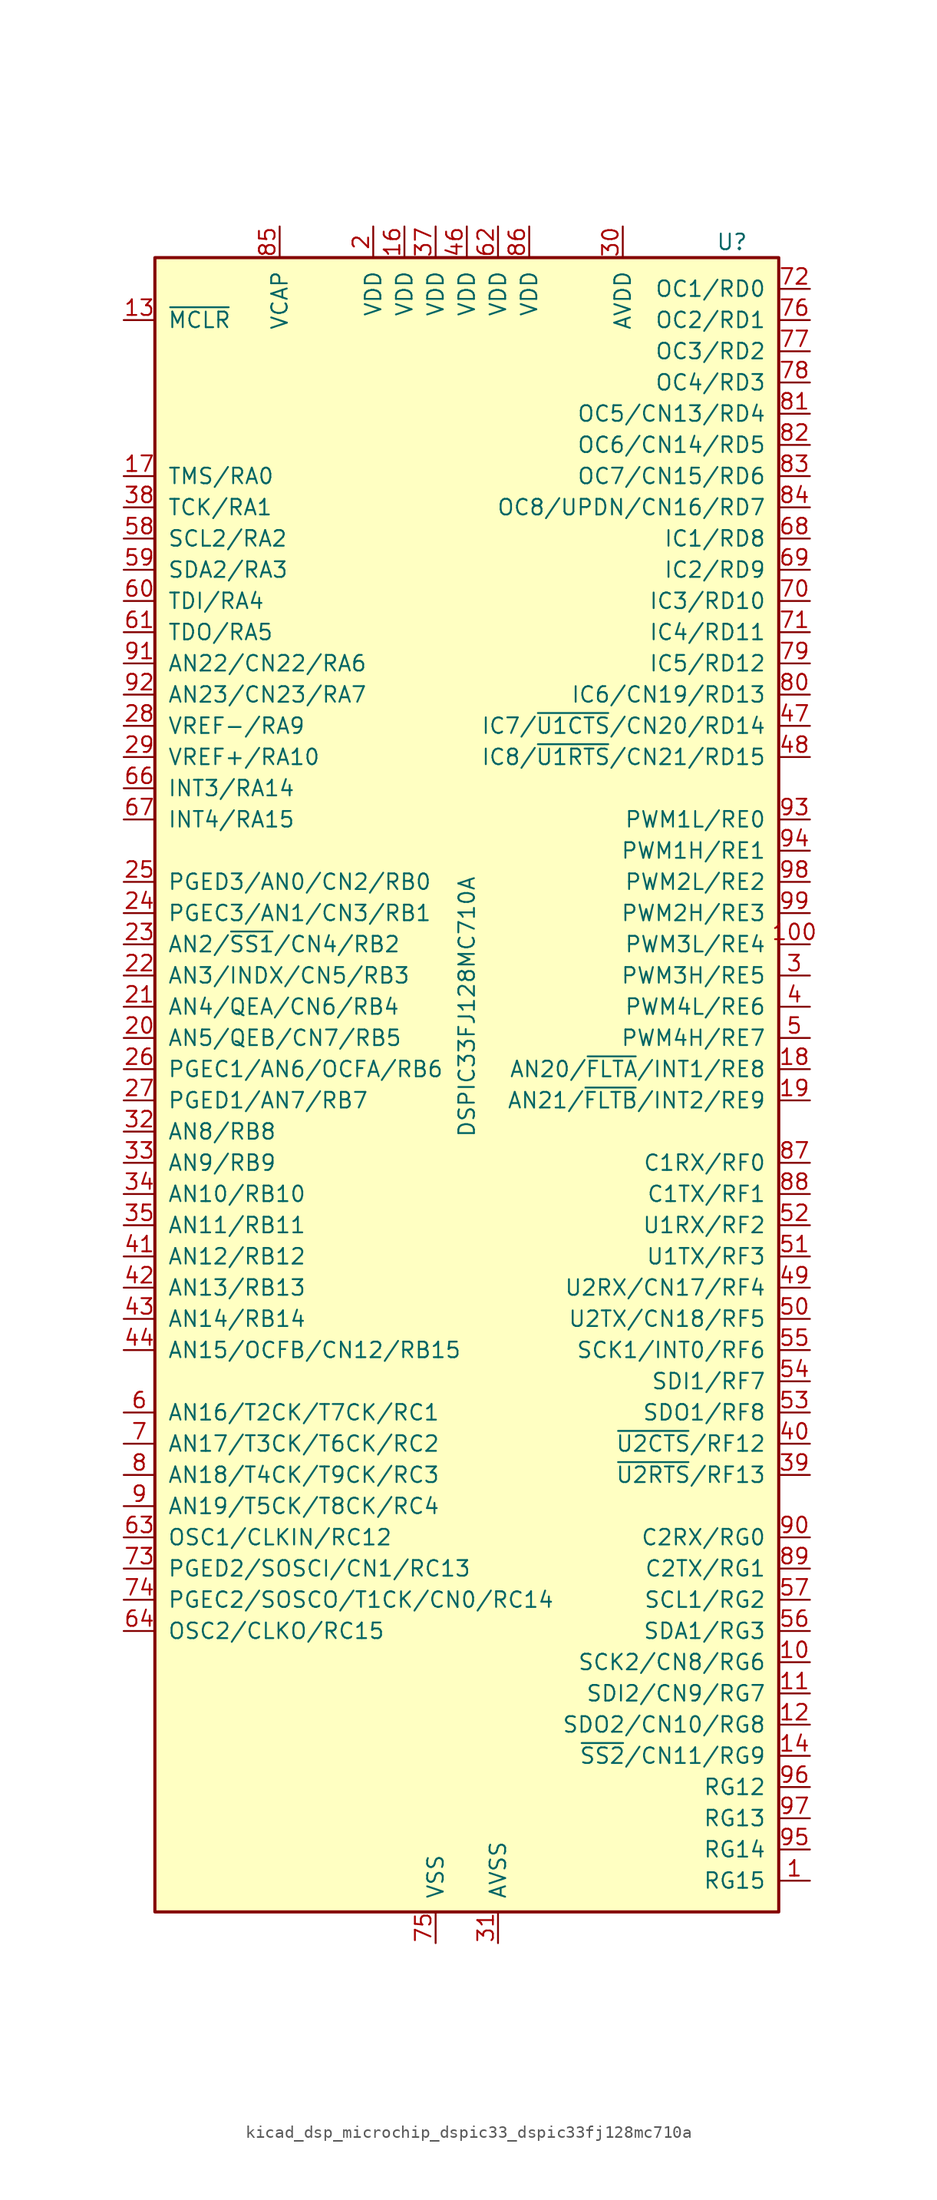
<source format=kicad_sym>
(kicad_symbol_lib
  (version 20220914)
  (generator kicad_symbol_editor)
  (symbol "kicad_dsp_microchip_dspic33_dspic33fj128mc710a"
    (pin_names
      (offset 1.016))
    (property "Reference" "U"
      (at 21.59 69.85 0)
      (effects (font (size 1.27 1.27))))
    (property "Value" "DSPIC33FJ128MC710A"
      (at 0 7.62 90)
      (effects (font (size 1.27 1.27))))
    (symbol "kicad_dsp_microchip_dspic33_dspic33fj128mc710a_0_1"
      (rectangle (start -25.4 68.58) (end 25.4 -66.04) (stroke (width 0.254) (type default)) (fill (type background))))
    (symbol "kicad_dsp_microchip_dspic33_dspic33fj128mc710a_1_1"
      (pin bidirectional line (at 27.94 -63.5 180) (length 2.54) (name "RG15" (effects (font (size 1.27 1.27)))) (number "1" (effects (font (size 1.27 1.27)))))
      (pin bidirectional line (at 27.94 -45.72 180) (length 2.54) (name "SCK2/CN8/RG6" (effects (font (size 1.27 1.27)))) (number "10" (effects (font (size 1.27 1.27)))))
      (pin bidirectional line (at 27.94 12.7 180) (length 2.54) (name "PWM3L/RE4" (effects (font (size 1.27 1.27)))) (number "100" (effects (font (size 1.27 1.27)))))
      (pin bidirectional line (at 27.94 -48.26 180) (length 2.54) (name "SDI2/CN9/RG7" (effects (font (size 1.27 1.27)))) (number "11" (effects (font (size 1.27 1.27)))))
      (pin bidirectional line (at 27.94 -50.8 180) (length 2.54) (name "SDO2/CN10/RG8" (effects (font (size 1.27 1.27)))) (number "12" (effects (font (size 1.27 1.27)))))
      (pin input line (at -27.94 63.5 0) (length 2.54) (name "~{MCLR}" (effects (font (size 1.27 1.27)))) (number "13" (effects (font (size 1.27 1.27)))))
      (pin bidirectional line (at 27.94 -53.34 180) (length 2.54) (name "~{SS2}/CN11/RG9" (effects (font (size 1.27 1.27)))) (number "14" (effects (font (size 1.27 1.27)))))
      (pin passive line (at -2.54 -68.58 90) (length 2.54) hide (name "VSS" (effects (font (size 1.27 1.27)))) (number "15" (effects (font (size 1.27 1.27)))))
      (pin power_in line (at -5.08 71.12 270) (length 2.54) (name "VDD" (effects (font (size 1.27 1.27)))) (number "16" (effects (font (size 1.27 1.27)))))
      (pin bidirectional line (at -27.94 50.8 0) (length 2.54) (name "TMS/RA0" (effects (font (size 1.27 1.27)))) (number "17" (effects (font (size 1.27 1.27)))))
      (pin bidirectional line (at 27.94 2.54 180) (length 2.54) (name "AN20/~{FLTA}/INT1/RE8" (effects (font (size 1.27 1.27)))) (number "18" (effects (font (size 1.27 1.27)))))
      (pin bidirectional line (at 27.94 0 180) (length 2.54) (name "AN21/~{FLTB}/INT2/RE9" (effects (font (size 1.27 1.27)))) (number "19" (effects (font (size 1.27 1.27)))))
      (pin power_in line (at -7.62 71.12 270) (length 2.54) (name "VDD" (effects (font (size 1.27 1.27)))) (number "2" (effects (font (size 1.27 1.27)))))
      (pin bidirectional line (at -27.94 5.08 0) (length 2.54) (name "AN5/QEB/CN7/RB5" (effects (font (size 1.27 1.27)))) (number "20" (effects (font (size 1.27 1.27)))))
      (pin bidirectional line (at -27.94 7.62 0) (length 2.54) (name "AN4/QEA/CN6/RB4" (effects (font (size 1.27 1.27)))) (number "21" (effects (font (size 1.27 1.27)))))
      (pin bidirectional line (at -27.94 10.16 0) (length 2.54) (name "AN3/INDX/CN5/RB3" (effects (font (size 1.27 1.27)))) (number "22" (effects (font (size 1.27 1.27)))))
      (pin bidirectional line (at -27.94 12.7 0) (length 2.54) (name "AN2/~{SS1}/CN4/RB2" (effects (font (size 1.27 1.27)))) (number "23" (effects (font (size 1.27 1.27)))))
      (pin bidirectional line (at -27.94 15.24 0) (length 2.54) (name "PGEC3/AN1/CN3/RB1" (effects (font (size 1.27 1.27)))) (number "24" (effects (font (size 1.27 1.27)))))
      (pin bidirectional line (at -27.94 17.78 0) (length 2.54) (name "PGED3/AN0/CN2/RB0" (effects (font (size 1.27 1.27)))) (number "25" (effects (font (size 1.27 1.27)))))
      (pin bidirectional line (at -27.94 2.54 0) (length 2.54) (name "PGEC1/AN6/OCFA/RB6" (effects (font (size 1.27 1.27)))) (number "26" (effects (font (size 1.27 1.27)))))
      (pin bidirectional line (at -27.94 0 0) (length 2.54) (name "PGED1/AN7/RB7" (effects (font (size 1.27 1.27)))) (number "27" (effects (font (size 1.27 1.27)))))
      (pin bidirectional line (at -27.94 30.48 0) (length 2.54) (name "VREF-/RA9" (effects (font (size 1.27 1.27)))) (number "28" (effects (font (size 1.27 1.27)))))
      (pin bidirectional line (at -27.94 27.94 0) (length 2.54) (name "VREF+/RA10" (effects (font (size 1.27 1.27)))) (number "29" (effects (font (size 1.27 1.27)))))
      (pin bidirectional line (at 27.94 10.16 180) (length 2.54) (name "PWM3H/RE5" (effects (font (size 1.27 1.27)))) (number "3" (effects (font (size 1.27 1.27)))))
      (pin power_in line (at 12.7 71.12 270) (length 2.54) (name "AVDD" (effects (font (size 1.27 1.27)))) (number "30" (effects (font (size 1.27 1.27)))))
      (pin power_in line (at 2.54 -68.58 90) (length 2.54) (name "AVSS" (effects (font (size 1.27 1.27)))) (number "31" (effects (font (size 1.27 1.27)))))
      (pin bidirectional line (at -27.94 -2.54 0) (length 2.54) (name "AN8/RB8" (effects (font (size 1.27 1.27)))) (number "32" (effects (font (size 1.27 1.27)))))
      (pin bidirectional line (at -27.94 -5.08 0) (length 2.54) (name "AN9/RB9" (effects (font (size 1.27 1.27)))) (number "33" (effects (font (size 1.27 1.27)))))
      (pin bidirectional line (at -27.94 -7.62 0) (length 2.54) (name "AN10/RB10" (effects (font (size 1.27 1.27)))) (number "34" (effects (font (size 1.27 1.27)))))
      (pin bidirectional line (at -27.94 -10.16 0) (length 2.54) (name "AN11/RB11" (effects (font (size 1.27 1.27)))) (number "35" (effects (font (size 1.27 1.27)))))
      (pin passive line (at -2.54 -68.58 90) (length 2.54) hide (name "VSS" (effects (font (size 1.27 1.27)))) (number "36" (effects (font (size 1.27 1.27)))))
      (pin power_in line (at -2.54 71.12 270) (length 2.54) (name "VDD" (effects (font (size 1.27 1.27)))) (number "37" (effects (font (size 1.27 1.27)))))
      (pin bidirectional line (at -27.94 48.26 0) (length 2.54) (name "TCK/RA1" (effects (font (size 1.27 1.27)))) (number "38" (effects (font (size 1.27 1.27)))))
      (pin bidirectional line (at 27.94 -30.48 180) (length 2.54) (name "~{U2RTS}/RF13" (effects (font (size 1.27 1.27)))) (number "39" (effects (font (size 1.27 1.27)))))
      (pin bidirectional line (at 27.94 7.62 180) (length 2.54) (name "PWM4L/RE6" (effects (font (size 1.27 1.27)))) (number "4" (effects (font (size 1.27 1.27)))))
      (pin bidirectional line (at 27.94 -27.94 180) (length 2.54) (name "~{U2CTS}/RF12" (effects (font (size 1.27 1.27)))) (number "40" (effects (font (size 1.27 1.27)))))
      (pin bidirectional line (at -27.94 -12.7 0) (length 2.54) (name "AN12/RB12" (effects (font (size 1.27 1.27)))) (number "41" (effects (font (size 1.27 1.27)))))
      (pin bidirectional line (at -27.94 -15.24 0) (length 2.54) (name "AN13/RB13" (effects (font (size 1.27 1.27)))) (number "42" (effects (font (size 1.27 1.27)))))
      (pin bidirectional line (at -27.94 -17.78 0) (length 2.54) (name "AN14/RB14" (effects (font (size 1.27 1.27)))) (number "43" (effects (font (size 1.27 1.27)))))
      (pin bidirectional line (at -27.94 -20.32 0) (length 2.54) (name "AN15/OCFB/CN12/RB15" (effects (font (size 1.27 1.27)))) (number "44" (effects (font (size 1.27 1.27)))))
      (pin passive line (at -2.54 -68.58 90) (length 2.54) hide (name "VSS" (effects (font (size 1.27 1.27)))) (number "45" (effects (font (size 1.27 1.27)))))
      (pin power_in line (at 0 71.12 270) (length 2.54) (name "VDD" (effects (font (size 1.27 1.27)))) (number "46" (effects (font (size 1.27 1.27)))))
      (pin bidirectional line (at 27.94 30.48 180) (length 2.54) (name "IC7/~{U1CTS}/CN20/RD14" (effects (font (size 1.27 1.27)))) (number "47" (effects (font (size 1.27 1.27)))))
      (pin bidirectional line (at 27.94 27.94 180) (length 2.54) (name "IC8/~{U1RTS}/CN21/RD15" (effects (font (size 1.27 1.27)))) (number "48" (effects (font (size 1.27 1.27)))))
      (pin bidirectional line (at 27.94 -15.24 180) (length 2.54) (name "U2RX/CN17/RF4" (effects (font (size 1.27 1.27)))) (number "49" (effects (font (size 1.27 1.27)))))
      (pin bidirectional line (at 27.94 5.08 180) (length 2.54) (name "PWM4H/RE7" (effects (font (size 1.27 1.27)))) (number "5" (effects (font (size 1.27 1.27)))))
      (pin bidirectional line (at 27.94 -17.78 180) (length 2.54) (name "U2TX/CN18/RF5" (effects (font (size 1.27 1.27)))) (number "50" (effects (font (size 1.27 1.27)))))
      (pin bidirectional line (at 27.94 -12.7 180) (length 2.54) (name "U1TX/RF3" (effects (font (size 1.27 1.27)))) (number "51" (effects (font (size 1.27 1.27)))))
      (pin bidirectional line (at 27.94 -10.16 180) (length 2.54) (name "U1RX/RF2" (effects (font (size 1.27 1.27)))) (number "52" (effects (font (size 1.27 1.27)))))
      (pin bidirectional line (at 27.94 -25.4 180) (length 2.54) (name "SDO1/RF8" (effects (font (size 1.27 1.27)))) (number "53" (effects (font (size 1.27 1.27)))))
      (pin bidirectional line (at 27.94 -22.86 180) (length 2.54) (name "SDI1/RF7" (effects (font (size 1.27 1.27)))) (number "54" (effects (font (size 1.27 1.27)))))
      (pin bidirectional line (at 27.94 -20.32 180) (length 2.54) (name "SCK1/INT0/RF6" (effects (font (size 1.27 1.27)))) (number "55" (effects (font (size 1.27 1.27)))))
      (pin bidirectional line (at 27.94 -43.18 180) (length 2.54) (name "SDA1/RG3" (effects (font (size 1.27 1.27)))) (number "56" (effects (font (size 1.27 1.27)))))
      (pin bidirectional line (at 27.94 -40.64 180) (length 2.54) (name "SCL1/RG2" (effects (font (size 1.27 1.27)))) (number "57" (effects (font (size 1.27 1.27)))))
      (pin bidirectional line (at -27.94 45.72 0) (length 2.54) (name "SCL2/RA2" (effects (font (size 1.27 1.27)))) (number "58" (effects (font (size 1.27 1.27)))))
      (pin bidirectional line (at -27.94 43.18 0) (length 2.54) (name "SDA2/RA3" (effects (font (size 1.27 1.27)))) (number "59" (effects (font (size 1.27 1.27)))))
      (pin bidirectional line (at -27.94 -25.4 0) (length 2.54) (name "AN16/T2CK/T7CK/RC1" (effects (font (size 1.27 1.27)))) (number "6" (effects (font (size 1.27 1.27)))))
      (pin bidirectional line (at -27.94 40.64 0) (length 2.54) (name "TDI/RA4" (effects (font (size 1.27 1.27)))) (number "60" (effects (font (size 1.27 1.27)))))
      (pin bidirectional line (at -27.94 38.1 0) (length 2.54) (name "TDO/RA5" (effects (font (size 1.27 1.27)))) (number "61" (effects (font (size 1.27 1.27)))))
      (pin power_in line (at 2.54 71.12 270) (length 2.54) (name "VDD" (effects (font (size 1.27 1.27)))) (number "62" (effects (font (size 1.27 1.27)))))
      (pin bidirectional line (at -27.94 -35.56 0) (length 2.54) (name "OSC1/CLKIN/RC12" (effects (font (size 1.27 1.27)))) (number "63" (effects (font (size 1.27 1.27)))))
      (pin bidirectional line (at -27.94 -43.18 0) (length 2.54) (name "OSC2/CLKO/RC15" (effects (font (size 1.27 1.27)))) (number "64" (effects (font (size 1.27 1.27)))))
      (pin passive line (at -2.54 -68.58 90) (length 2.54) hide (name "VSS" (effects (font (size 1.27 1.27)))) (number "65" (effects (font (size 1.27 1.27)))))
      (pin bidirectional line (at -27.94 25.4 0) (length 2.54) (name "INT3/RA14" (effects (font (size 1.27 1.27)))) (number "66" (effects (font (size 1.27 1.27)))))
      (pin bidirectional line (at -27.94 22.86 0) (length 2.54) (name "INT4/RA15" (effects (font (size 1.27 1.27)))) (number "67" (effects (font (size 1.27 1.27)))))
      (pin bidirectional line (at 27.94 45.72 180) (length 2.54) (name "IC1/RD8" (effects (font (size 1.27 1.27)))) (number "68" (effects (font (size 1.27 1.27)))))
      (pin bidirectional line (at 27.94 43.18 180) (length 2.54) (name "IC2/RD9" (effects (font (size 1.27 1.27)))) (number "69" (effects (font (size 1.27 1.27)))))
      (pin bidirectional line (at -27.94 -27.94 0) (length 2.54) (name "AN17/T3CK/T6CK/RC2" (effects (font (size 1.27 1.27)))) (number "7" (effects (font (size 1.27 1.27)))))
      (pin bidirectional line (at 27.94 40.64 180) (length 2.54) (name "IC3/RD10" (effects (font (size 1.27 1.27)))) (number "70" (effects (font (size 1.27 1.27)))))
      (pin bidirectional line (at 27.94 38.1 180) (length 2.54) (name "IC4/RD11" (effects (font (size 1.27 1.27)))) (number "71" (effects (font (size 1.27 1.27)))))
      (pin bidirectional line (at 27.94 66.04 180) (length 2.54) (name "OC1/RD0" (effects (font (size 1.27 1.27)))) (number "72" (effects (font (size 1.27 1.27)))))
      (pin bidirectional line (at -27.94 -38.1 0) (length 2.54) (name "PGED2/SOSCI/CN1/RC13" (effects (font (size 1.27 1.27)))) (number "73" (effects (font (size 1.27 1.27)))))
      (pin bidirectional line (at -27.94 -40.64 0) (length 2.54) (name "PGEC2/SOSCO/T1CK/CN0/RC14" (effects (font (size 1.27 1.27)))) (number "74" (effects (font (size 1.27 1.27)))))
      (pin power_in line (at -2.54 -68.58 90) (length 2.54) (name "VSS" (effects (font (size 1.27 1.27)))) (number "75" (effects (font (size 1.27 1.27)))))
      (pin bidirectional line (at 27.94 63.5 180) (length 2.54) (name "OC2/RD1" (effects (font (size 1.27 1.27)))) (number "76" (effects (font (size 1.27 1.27)))))
      (pin bidirectional line (at 27.94 60.96 180) (length 2.54) (name "OC3/RD2" (effects (font (size 1.27 1.27)))) (number "77" (effects (font (size 1.27 1.27)))))
      (pin bidirectional line (at 27.94 58.42 180) (length 2.54) (name "OC4/RD3" (effects (font (size 1.27 1.27)))) (number "78" (effects (font (size 1.27 1.27)))))
      (pin bidirectional line (at 27.94 35.56 180) (length 2.54) (name "IC5/RD12" (effects (font (size 1.27 1.27)))) (number "79" (effects (font (size 1.27 1.27)))))
      (pin bidirectional line (at -27.94 -30.48 0) (length 2.54) (name "AN18/T4CK/T9CK/RC3" (effects (font (size 1.27 1.27)))) (number "8" (effects (font (size 1.27 1.27)))))
      (pin bidirectional line (at 27.94 33.02 180) (length 2.54) (name "IC6/CN19/RD13" (effects (font (size 1.27 1.27)))) (number "80" (effects (font (size 1.27 1.27)))))
      (pin bidirectional line (at 27.94 55.88 180) (length 2.54) (name "OC5/CN13/RD4" (effects (font (size 1.27 1.27)))) (number "81" (effects (font (size 1.27 1.27)))))
      (pin bidirectional line (at 27.94 53.34 180) (length 2.54) (name "OC6/CN14/RD5" (effects (font (size 1.27 1.27)))) (number "82" (effects (font (size 1.27 1.27)))))
      (pin bidirectional line (at 27.94 50.8 180) (length 2.54) (name "OC7/CN15/RD6" (effects (font (size 1.27 1.27)))) (number "83" (effects (font (size 1.27 1.27)))))
      (pin bidirectional line (at 27.94 48.26 180) (length 2.54) (name "OC8/UPDN/CN16/RD7" (effects (font (size 1.27 1.27)))) (number "84" (effects (font (size 1.27 1.27)))))
      (pin passive line (at -15.24 71.12 270) (length 2.54) (name "VCAP" (effects (font (size 1.27 1.27)))) (number "85" (effects (font (size 1.27 1.27)))))
      (pin power_in line (at 5.08 71.12 270) (length 2.54) (name "VDD" (effects (font (size 1.27 1.27)))) (number "86" (effects (font (size 1.27 1.27)))))
      (pin bidirectional line (at 27.94 -5.08 180) (length 2.54) (name "C1RX/RF0" (effects (font (size 1.27 1.27)))) (number "87" (effects (font (size 1.27 1.27)))))
      (pin bidirectional line (at 27.94 -7.62 180) (length 2.54) (name "C1TX/RF1" (effects (font (size 1.27 1.27)))) (number "88" (effects (font (size 1.27 1.27)))))
      (pin bidirectional line (at 27.94 -38.1 180) (length 2.54) (name "C2TX/RG1" (effects (font (size 1.27 1.27)))) (number "89" (effects (font (size 1.27 1.27)))))
      (pin bidirectional line (at -27.94 -33.02 0) (length 2.54) (name "AN19/T5CK/T8CK/RC4" (effects (font (size 1.27 1.27)))) (number "9" (effects (font (size 1.27 1.27)))))
      (pin bidirectional line (at 27.94 -35.56 180) (length 2.54) (name "C2RX/RG0" (effects (font (size 1.27 1.27)))) (number "90" (effects (font (size 1.27 1.27)))))
      (pin bidirectional line (at -27.94 35.56 0) (length 2.54) (name "AN22/CN22/RA6" (effects (font (size 1.27 1.27)))) (number "91" (effects (font (size 1.27 1.27)))))
      (pin bidirectional line (at -27.94 33.02 0) (length 2.54) (name "AN23/CN23/RA7" (effects (font (size 1.27 1.27)))) (number "92" (effects (font (size 1.27 1.27)))))
      (pin bidirectional line (at 27.94 22.86 180) (length 2.54) (name "PWM1L/RE0" (effects (font (size 1.27 1.27)))) (number "93" (effects (font (size 1.27 1.27)))))
      (pin bidirectional line (at 27.94 20.32 180) (length 2.54) (name "PWM1H/RE1" (effects (font (size 1.27 1.27)))) (number "94" (effects (font (size 1.27 1.27)))))
      (pin bidirectional line (at 27.94 -60.96 180) (length 2.54) (name "RG14" (effects (font (size 1.27 1.27)))) (number "95" (effects (font (size 1.27 1.27)))))
      (pin bidirectional line (at 27.94 -55.88 180) (length 2.54) (name "RG12" (effects (font (size 1.27 1.27)))) (number "96" (effects (font (size 1.27 1.27)))))
      (pin bidirectional line (at 27.94 -58.42 180) (length 2.54) (name "RG13" (effects (font (size 1.27 1.27)))) (number "97" (effects (font (size 1.27 1.27)))))
      (pin bidirectional line (at 27.94 17.78 180) (length 2.54) (name "PWM2L/RE2" (effects (font (size 1.27 1.27)))) (number "98" (effects (font (size 1.27 1.27)))))
      (pin bidirectional line (at 27.94 15.24 180) (length 2.54) (name "PWM2H/RE3" (effects (font (size 1.27 1.27)))) (number "99" (effects (font (size 1.27 1.27))))))))
</source>
